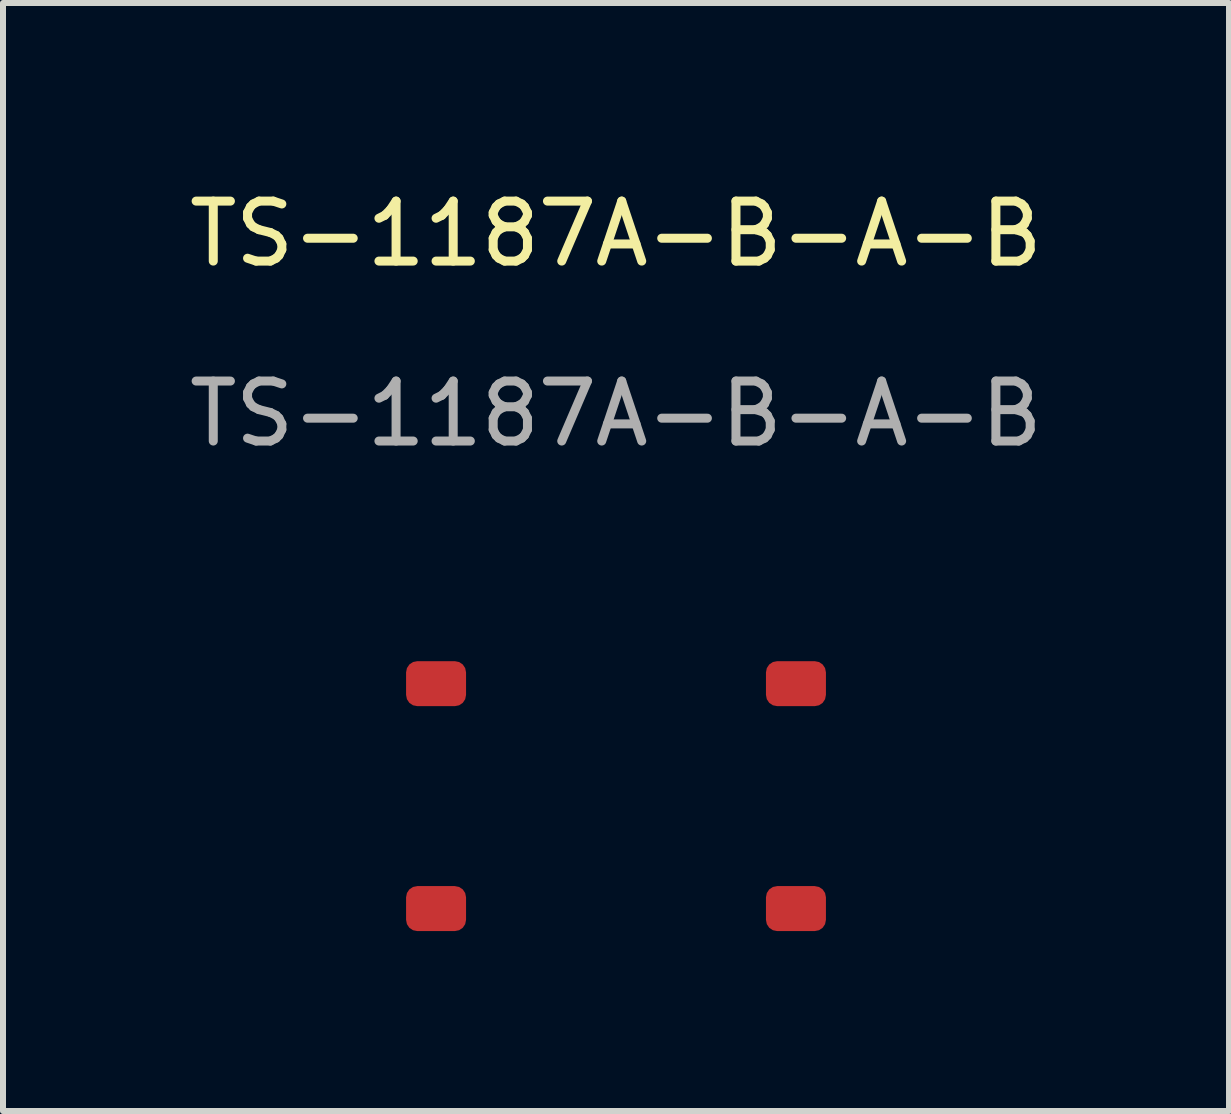
<source format=kicad_pcb>
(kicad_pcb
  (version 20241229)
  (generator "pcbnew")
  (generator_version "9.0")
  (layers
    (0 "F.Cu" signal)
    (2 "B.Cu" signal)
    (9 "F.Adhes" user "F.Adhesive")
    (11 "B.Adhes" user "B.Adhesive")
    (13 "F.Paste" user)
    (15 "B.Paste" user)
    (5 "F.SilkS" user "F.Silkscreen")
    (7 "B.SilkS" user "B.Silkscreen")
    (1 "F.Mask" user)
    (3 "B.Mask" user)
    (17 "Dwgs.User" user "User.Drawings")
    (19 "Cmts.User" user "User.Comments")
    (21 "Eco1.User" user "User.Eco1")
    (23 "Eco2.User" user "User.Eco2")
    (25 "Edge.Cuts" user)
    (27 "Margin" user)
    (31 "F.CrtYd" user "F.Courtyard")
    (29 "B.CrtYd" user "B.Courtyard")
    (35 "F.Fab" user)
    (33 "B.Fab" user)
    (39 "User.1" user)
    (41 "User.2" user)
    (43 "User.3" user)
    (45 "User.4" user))
  (footprint "TS-1187A-B-A-B"
    (layer "F.Cu")
    (at 7.22 1.348)
    (property "Reference" "TS-1187A-B-A-B" (at 0 -0.5 0) (unlocked yes) (layer "F.SilkS") (effects (font (size 1 1) (thickness 0.15))))
    (attr smd)
    (fp_text user "${REFERENCE}" (at 0 2.5 0) (unlocked yes) (layer "F.Fab") (effects (font (size 1 1) (thickness 0.15))))
    (pad "1" smd roundrect (at -3 7) (size 1 0.75) (layers "F.Cu" "F.Mask" "F.Paste") (roundrect_rratio 0.25))
    (pad "1" smd roundrect (at 3 7) (size 1 0.75) (layers "F.Cu" "F.Mask" "F.Paste") (roundrect_rratio 0.25))
    (pad "2" smd roundrect (at -3 10.75) (size 1 0.75) (layers "F.Cu" "F.Mask" "F.Paste") (roundrect_rratio 0.25))
    (pad "2" smd roundrect (at 3 10.75) (size 1 0.75) (layers "F.Cu" "F.Mask" "F.Paste") (roundrect_rratio 0.25)))
  (gr_rect
    (start -3 -3)
    (end 17.44 15.473)
    (stroke (width 0.1) (type default))
    (fill no)
    (layer "Edge.Cuts")))
</source>
